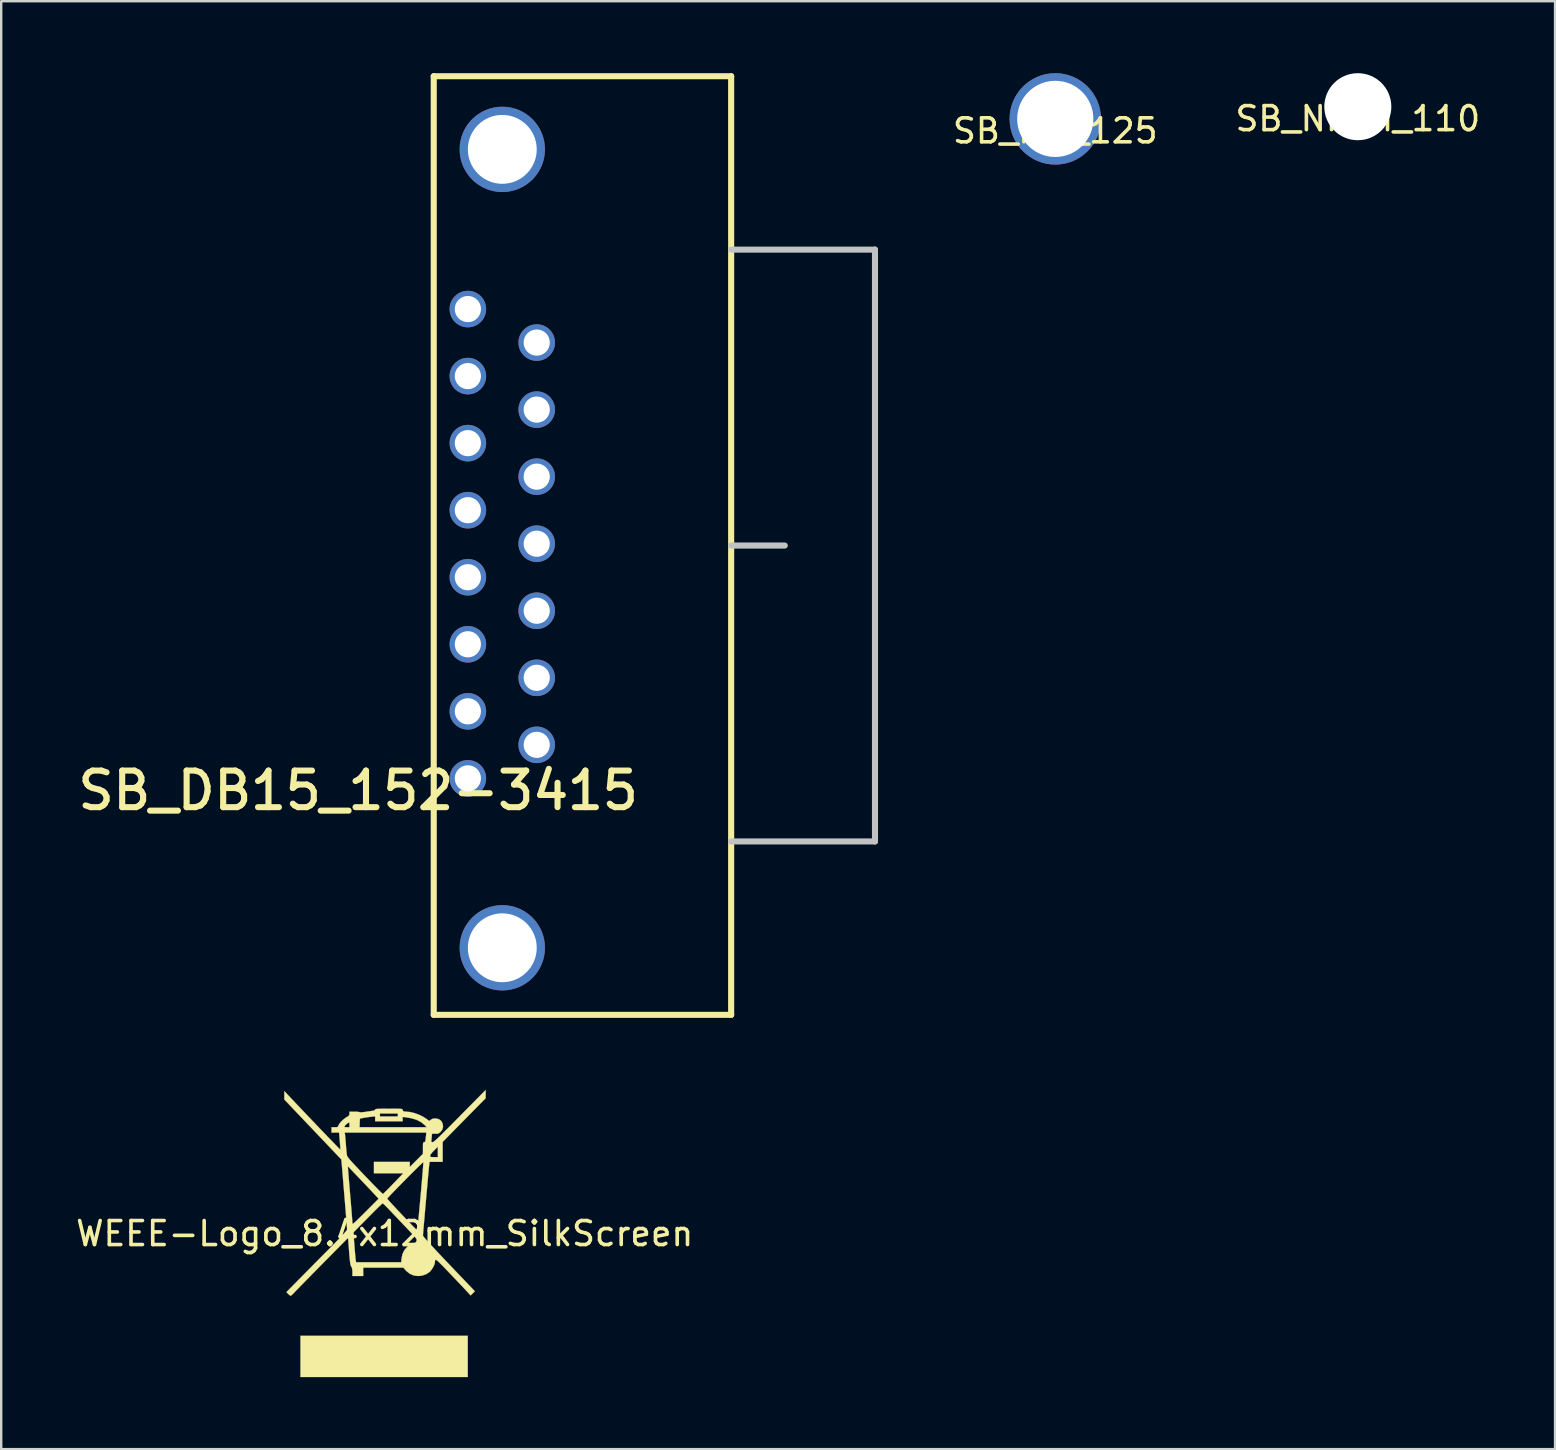
<source format=kicad_pcb>
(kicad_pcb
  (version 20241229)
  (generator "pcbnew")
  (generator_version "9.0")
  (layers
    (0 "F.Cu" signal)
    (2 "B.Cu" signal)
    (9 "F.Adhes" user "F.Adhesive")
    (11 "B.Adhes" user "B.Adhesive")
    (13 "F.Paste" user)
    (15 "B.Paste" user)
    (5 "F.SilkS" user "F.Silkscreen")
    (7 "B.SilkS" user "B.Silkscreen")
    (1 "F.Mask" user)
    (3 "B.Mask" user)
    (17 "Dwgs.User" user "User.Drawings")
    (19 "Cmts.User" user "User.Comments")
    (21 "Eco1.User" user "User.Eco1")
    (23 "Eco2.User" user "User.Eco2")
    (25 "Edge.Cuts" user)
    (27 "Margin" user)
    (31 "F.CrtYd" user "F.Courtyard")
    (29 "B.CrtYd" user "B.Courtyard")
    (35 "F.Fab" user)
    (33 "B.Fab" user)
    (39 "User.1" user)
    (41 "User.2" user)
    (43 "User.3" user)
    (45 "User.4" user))
  (footprint "SB_MH_125"
    (layer "F.Cu")
    (at 40.929 1.905)
    (property "Reference" "SB_MH_125" (at 0 0.5 0) (layer "F.SilkS") (effects (font (size 1 1) (thickness 0.15))))
    (attr through_hole)
    (pad "1" thru_hole circle (at 0 0) (size 3.81 3.81) (drill 3.175) (layers "*.Cu" "*.Mask")))
  (footprint "SB_NPTH_110"
    (layer "F.Cu")
    (at 53.537 1.397)
    (property "Reference" "SB_NPTH_110" (at 0 0.5 0) (layer "F.SilkS") (effects (font (size 1 1) (thickness 0.15))))
    (attr through_hole)
    (pad "" np_thru_hole circle (at 0 0) (size 2.794 2.794) (drill 2.794) (layers "*.Cu" "*.Mask")))
  (footprint "SB_DB15_152-3415"
    (layer "F.Cu")
    (at 16.448 29.388)
    (property "Reference" "SB_DB15_152-3415" (at -4.572 0.508 0) (layer "F.SilkS") (effects (font (size 1.524 1.524) (thickness 0.254))))
    (attr through_hole)
    (fp_line (start -1.422 -29.261) (end 10.973 -29.261) (stroke (width 0.254) (type solid)) (layer "F.SilkS"))
    (fp_line (start -1.422 9.855) (end -1.422 -29.261) (stroke (width 0.254) (type solid)) (layer "F.SilkS"))
    (fp_line (start -1.422 9.855) (end 10.973 9.855) (stroke (width 0.254) (type solid)) (layer "F.SilkS"))
    (fp_line (start 10.973 9.855) (end 10.973 -29.261) (stroke (width 0.254) (type solid)) (layer "F.SilkS"))
    (fp_line (start 10.973 -22.035) (end 16.967 -22.035) (stroke (width 0.254) (type solid)) (layer "Dwgs.User"))
    (fp_line (start 10.973 -9.703) (end 13.208 -9.703) (stroke (width 0.254) (type solid)) (layer "Dwgs.User"))
    (fp_line (start 10.973 2.629) (end 16.967 2.629) (stroke (width 0.254) (type solid)) (layer "Dwgs.User"))
    (fp_line (start 16.967 -22.035) (end 16.967 2.629) (stroke (width 0.254) (type solid)) (layer "Dwgs.User"))
    (pad "0" thru_hole circle (at 1.435 -26.213 270) (size 3.556 3.556) (drill 2.87) (layers "*.Cu" "*.Mask"))
    (pad "0" thru_hole circle (at 1.435 7.061 270) (size 3.556 3.556) (drill 2.87) (layers "*.Cu" "*.Mask"))
    (pad "1" thru_hole circle (at 0 -19.558 270) (size 1.524 1.524) (drill 1.092) (layers "*.Cu" "*.Mask"))
    (pad "2" thru_hole circle (at 0 -16.764 270) (size 1.524 1.524) (drill 1.092) (layers "*.Cu" "*.Mask"))
    (pad "3" thru_hole circle (at 0 -13.97 270) (size 1.524 1.524) (drill 1.092) (layers "*.Cu" "*.Mask"))
    (pad "4" thru_hole circle (at 0 -11.176 270) (size 1.524 1.524) (drill 1.092) (layers "*.Cu" "*.Mask"))
    (pad "5" thru_hole circle (at 0 -8.382 270) (size 1.524 1.524) (drill 1.092) (layers "*.Cu" "*.Mask"))
    (pad "6" thru_hole circle (at 0 -5.588 270) (size 1.524 1.524) (drill 1.092) (layers "*.Cu" "*.Mask"))
    (pad "7" thru_hole circle (at 0 -2.794 270) (size 1.524 1.524) (drill 1.092) (layers "*.Cu" "*.Mask"))
    (pad "8" thru_hole circle (at 0 0 270) (size 1.524 1.524) (drill 1.092) (layers "*.Cu" "*.Mask"))
    (pad "9" thru_hole circle (at 2.87 -18.161 270) (size 1.524 1.524) (drill 1.092) (layers "*.Cu" "*.Mask"))
    (pad "10" thru_hole circle (at 2.87 -15.367 270) (size 1.524 1.524) (drill 1.092) (layers "*.Cu" "*.Mask"))
    (pad "11" thru_hole circle (at 2.87 -12.573 270) (size 1.524 1.524) (drill 1.092) (layers "*.Cu" "*.Mask"))
    (pad "12" thru_hole circle (at 2.87 -9.779 270) (size 1.524 1.524) (drill 1.092) (layers "*.Cu" "*.Mask"))
    (pad "13" thru_hole circle (at 2.87 -6.985 270) (size 1.524 1.524) (drill 1.092) (layers "*.Cu" "*.Mask"))
    (pad "14" thru_hole circle (at 2.87 -4.191 270) (size 1.524 1.524) (drill 1.092) (layers "*.Cu" "*.Mask"))
    (pad "15" thru_hole circle (at 2.87 -1.397 270) (size 1.524 1.524) (drill 1.092) (layers "*.Cu" "*.Mask")))
  (footprint "WEEE-Logo_8.4x12mm_SilkScreen"
    (layer "F.Cu")
    (at 12.982 48.36)
    (property "Reference" "WEEE-Logo_8.4x12mm_SilkScreen" (at 0 0 0) (layer "F.SilkS") (effects (font (size 1 1) (thickness 0.15))))
    (attr exclude_from_pos_files exclude_from_bom)
    (fp_poly (pts (xy 3.461 5.976) (xy -3.511 5.976) (xy -3.511 4.258) (xy 3.461 4.258) (xy 3.461 5.976)) (stroke (width 0.01) (type solid)) (fill yes) (layer "F.SilkS"))
    (fp_poly (pts (xy 4.207 -5.813) (xy 4.206 -5.64) (xy 3.311 -4.731) (xy 2.417 -3.822) (xy 2.415 -2.988) (xy 1.871 -2.988) (xy 1.857 -2.882) (xy 1.851 -2.834) (xy 1.842 -2.743) (xy 1.83 -2.615) (xy 1.815 -2.456) (xy 1.798 -2.269) (xy 1.78 -2.062) (xy 1.76 -1.84) (xy 1.739 -1.607) (xy 1.718 -1.37) (xy 1.697 -1.133) (xy 1.677 -0.903) (xy 1.658 -0.684) (xy 1.64 -0.482) (xy 1.625 -0.303) (xy 1.612 -0.151) (xy 1.603 -0.033) (xy 1.597 0.047) (xy 1.594 0.082) (xy 1.594 0.082) (xy 1.61 0.111) (xy 1.656 0.17) (xy 1.733 0.26) (xy 1.842 0.381) (xy 1.983 0.535) (xy 2.157 0.722) (xy 2.365 0.943) (xy 2.608 1.199) (xy 2.676 1.27) (xy 3.757 2.403) (xy 3.67 2.49) (xy 3.582 2.577) (xy 3.441 2.424) (xy 3.389 2.368) (xy 3.308 2.282) (xy 3.204 2.171) (xy 3.081 2.041) (xy 2.945 1.898) (xy 2.801 1.747) (xy 2.715 1.657) (xy 2.554 1.488) (xy 2.423 1.352) (xy 2.32 1.248) (xy 2.242 1.172) (xy 2.184 1.123) (xy 2.144 1.097) (xy 2.118 1.093) (xy 2.104 1.108) (xy 2.097 1.139) (xy 2.094 1.184) (xy 2.094 1.197) (xy 2.075 1.281) (xy 2.029 1.384) (xy 1.965 1.488) (xy 1.892 1.577) (xy 1.863 1.605) (xy 1.713 1.701) (xy 1.537 1.755) (xy 1.383 1.768) (xy 1.207 1.744) (xy 1.045 1.673) (xy 0.901 1.558) (xy 0.875 1.529) (xy 0.778 1.419) (xy -0.896 1.419) (xy -0.896 1.768) (xy -1.345 1.768) (xy -1.345 1.605) (xy -1.35 1.494) (xy -1.369 1.417) (xy -1.392 1.375) (xy -1.409 1.345) (xy -1.423 1.301) (xy -1.435 1.238) (xy -1.447 1.148) (xy -1.46 1.025) (xy -1.474 0.863) (xy -1.483 0.742) (xy -1.527 0.177) (xy -2.601 1.265) (xy -2.796 1.462) (xy -2.982 1.651) (xy -3.157 1.83) (xy -3.318 1.993) (xy -3.461 2.139) (xy -3.582 2.263) (xy -3.678 2.362) (xy -3.747 2.433) (xy -3.783 2.472) (xy -3.843 2.533) (xy -3.894 2.576) (xy -3.921 2.59) (xy -3.955 2.573) (xy -4.005 2.531) (xy -4.022 2.514) (xy -4.094 2.439) (xy -3.697 2.035) (xy -3.596 1.932) (xy -3.465 1.8) (xy -3.31 1.644) (xy -3.138 1.469) (xy -2.954 1.283) (xy -2.763 1.091) (xy -2.572 0.897) (xy -2.434 0.759) (xy -2.225 0.548) (xy -2.05 0.369) (xy -1.906 0.22) (xy -1.79 0.099) (xy -1.702 0.003) (xy -1.658 -0.047) (xy -1.305 -0.047) (xy -1.26 0.518) (xy -1.247 0.684) (xy -1.234 0.835) (xy -1.222 0.965) (xy -1.213 1.064) (xy -1.205 1.126) (xy -1.203 1.139) (xy -1.19 1.195) (xy 0.69 1.195) (xy 0.703 1.039) (xy 0.741 0.854) (xy 0.82 0.691) (xy 0.936 0.555) (xy 1.083 0.452) (xy 1.248 0.39) (xy 1.302 0.361) (xy 1.329 0.299) (xy 1.329 0.296) (xy 1.332 0.27) (xy 1.328 0.243) (xy 1.313 0.21) (xy 1.283 0.167) (xy 1.234 0.108) (xy 1.163 0.029) (xy 1.065 -0.076) (xy 0.936 -0.211) (xy 0.928 -0.22) (xy 0.789 -0.365) (xy 0.642 -0.52) (xy 0.496 -0.674) (xy 0.362 -0.815) (xy 0.249 -0.935) (xy 0.224 -0.961) (xy 0.128 -1.062) (xy 0.042 -1.148) (xy -0.027 -1.214) (xy -0.072 -1.253) (xy -0.087 -1.261) (xy -0.11 -1.243) (xy -0.164 -1.194) (xy -0.244 -1.117) (xy -0.346 -1.017) (xy -0.466 -0.897) (xy -0.599 -0.763) (xy -0.709 -0.652) (xy -1.305 -0.047) (xy -1.658 -0.047) (xy -1.637 -0.07) (xy -1.595 -0.124) (xy -1.573 -0.159) (xy -1.568 -0.175) (xy -1.57 -0.211) (xy -1.576 -0.291) (xy -1.585 -0.412) (xy -1.597 -0.569) (xy -1.612 -0.757) (xy -1.629 -0.971) (xy -1.648 -1.207) (xy -1.669 -1.46) (xy -1.686 -1.662) (xy -1.781 -2.803) (xy -1.536 -2.803) (xy -1.535 -2.778) (xy -1.53 -2.709) (xy -1.522 -2.6) (xy -1.51 -2.456) (xy -1.496 -2.282) (xy -1.479 -2.083) (xy -1.461 -1.863) (xy -1.443 -1.655) (xy -1.423 -1.419) (xy -1.404 -1.196) (xy -1.387 -0.992) (xy -1.373 -0.811) (xy -1.361 -0.66) (xy -1.352 -0.543) (xy -1.346 -0.466) (xy -1.345 -0.436) (xy -1.343 -0.417) (xy -1.333 -0.41) (xy -1.314 -0.417) (xy -1.28 -0.441) (xy -1.228 -0.486) (xy -1.156 -0.554) (xy -1.058 -0.649) (xy -0.932 -0.774) (xy -0.799 -0.907) (xy -0.253 -1.453) (xy -0.257 -1.457) (xy 0.104 -1.457) (xy 0.121 -1.434) (xy 0.167 -1.381) (xy 0.238 -1.303) (xy 0.329 -1.203) (xy 0.436 -1.088) (xy 0.555 -0.961) (xy 0.68 -0.829) (xy 0.806 -0.695) (xy 0.93 -0.565) (xy 1.047 -0.443) (xy 1.152 -0.335) (xy 1.24 -0.245) (xy 1.307 -0.178) (xy 1.348 -0.139) (xy 1.36 -0.131) (xy 1.363 -0.157) (xy 1.371 -0.227) (xy 1.382 -0.339) (xy 1.397 -0.487) (xy 1.414 -0.667) (xy 1.433 -0.874) (xy 1.454 -1.104) (xy 1.477 -1.353) (xy 1.495 -1.553) (xy 1.519 -1.813) (xy 1.54 -2.059) (xy 1.559 -2.284) (xy 1.576 -2.486) (xy 1.59 -2.659) (xy 1.601 -2.799) (xy 1.608 -2.902) (xy 1.612 -2.963) (xy 1.611 -2.979) (xy 1.592 -2.965) (xy 1.542 -2.919) (xy 1.466 -2.847) (xy 1.368 -2.752) (xy 1.254 -2.639) (xy 1.126 -2.512) (xy 0.99 -2.376) (xy 0.85 -2.234) (xy 0.711 -2.093) (xy 0.575 -1.955) (xy 0.449 -1.825) (xy 0.336 -1.709) (xy 0.241 -1.609) (xy 0.167 -1.531) (xy 0.121 -1.479) (xy 0.104 -1.457) (xy -0.257 -1.457) (xy -0.456 -1.671) (xy -0.56 -1.782) (xy -0.676 -1.905) (xy -0.801 -2.037) (xy -0.929 -2.172) (xy -1.056 -2.305) (xy -1.177 -2.432) (xy -1.288 -2.548) (xy -1.383 -2.648) (xy -1.46 -2.727) (xy -1.512 -2.78) (xy -1.536 -2.802) (xy -1.536 -2.803) (xy -1.781 -2.803) (xy -1.805 -3.088) (xy -4.184 -5.589) (xy -4.182 -5.939) (xy -3.99 -5.734) (xy -3.882 -5.619) (xy -3.755 -5.485) (xy -3.612 -5.334) (xy -3.457 -5.17) (xy -3.292 -4.997) (xy -3.122 -4.818) (xy -2.949 -4.638) (xy -2.778 -4.458) (xy -2.611 -4.284) (xy -2.452 -4.118) (xy -2.304 -3.964) (xy -2.171 -3.827) (xy -2.057 -3.708) (xy -1.964 -3.613) (xy -1.896 -3.544) (xy -1.857 -3.505) (xy -1.848 -3.497) (xy -1.848 -3.523) (xy -1.851 -3.59) (xy -1.858 -3.688) (xy -1.867 -3.808) (xy -1.871 -3.856) (xy -1.9 -4.208) (xy -1.669 -4.208) (xy -1.657 -4.152) (xy -1.651 -4.108) (xy -1.643 -4.025) (xy -1.633 -3.913) (xy -1.622 -3.783) (xy -1.619 -3.735) (xy -1.608 -3.598) (xy -1.597 -3.47) (xy -1.587 -3.364) (xy -1.579 -3.292) (xy -1.578 -3.279) (xy -1.571 -3.252) (xy -1.557 -3.22) (xy -1.532 -3.181) (xy -1.493 -3.13) (xy -1.437 -3.063) (xy -1.362 -2.978) (xy -1.263 -2.871) (xy -1.138 -2.739) (xy -0.985 -2.577) (xy -0.828 -2.412) (xy -0.672 -2.25) (xy -0.527 -2.099) (xy -0.396 -1.964) (xy -0.282 -1.848) (xy -0.189 -1.756) (xy -0.121 -1.69) (xy -0.082 -1.654) (xy -0.074 -1.649) (xy -0.051 -1.668) (xy 0.000058 -1.718) (xy 0.076 -1.794) (xy 0.172 -1.891) (xy 0.282 -2.003) (xy 0.361 -2.086) (xy 0.777 -2.515) (xy -0.448 -2.515) (xy -0.448 -2.988) (xy 1.046 -2.988) (xy 1.046 -2.777) (xy 1.32 -3.05) (xy 1.514 -3.244) (xy 1.893 -3.244) (xy 1.896 -3.214) (xy 1.914 -3.197) (xy 1.959 -3.189) (xy 2.04 -3.187) (xy 2.054 -3.187) (xy 2.216 -3.187) (xy 2.216 -3.622) (xy 2.054 -3.461) (xy 1.963 -3.364) (xy 1.908 -3.289) (xy 1.893 -3.244) (xy 1.514 -3.244) (xy 1.594 -3.324) (xy 1.594 -3.567) (xy 1.594 -3.679) (xy 1.598 -3.75) (xy 1.606 -3.789) (xy 1.62 -3.806) (xy 1.642 -3.81) (xy 1.666 -3.815) (xy 1.684 -3.836) (xy 1.698 -3.881) (xy 1.709 -3.957) (xy 1.721 -4.073) (xy 1.725 -4.115) (xy 1.733 -4.208) (xy -1.669 -4.208) (xy -1.9 -4.208) (xy -2.216 -4.208) (xy -2.216 -4.433) (xy -2.082 -4.433) (xy -2.003 -4.435) (xy -1.961 -4.445) (xy -1.956 -4.451) (xy -1.681 -4.451) (xy -1.666 -4.437) (xy -1.616 -4.433) (xy -1.582 -4.433) (xy -1.469 -4.433) (xy -1.048 -4.433) (xy 1.753 -4.433) (xy 1.658 -4.53) (xy 1.511 -4.649) (xy 1.329 -4.742) (xy 1.109 -4.808) (xy 0.89 -4.845) (xy 0.747 -4.862) (xy 0.747 -4.682) (xy -0.398 -4.682) (xy -0.398 -4.886) (xy -0.567 -4.869) (xy -0.684 -4.854) (xy -0.809 -4.835) (xy -0.884 -4.822) (xy -1.033 -4.792) (xy -1.041 -4.612) (xy -1.048 -4.433) (xy -1.469 -4.433) (xy -1.469 -4.532) (xy -1.473 -4.595) (xy -1.481 -4.629) (xy -1.484 -4.632) (xy -1.521 -4.616) (xy -1.575 -4.577) (xy -1.629 -4.529) (xy -1.666 -4.486) (xy -1.669 -4.481) (xy -1.681 -4.451) (xy -1.956 -4.451) (xy -1.94 -4.47) (xy -1.932 -4.496) (xy -1.898 -4.566) (xy -1.832 -4.649) (xy -1.746 -4.734) (xy -1.652 -4.811) (xy -1.59 -4.85) (xy -1.519 -4.894) (xy -1.483 -4.93) (xy -1.47 -4.973) (xy -1.469 -4.999) (xy -1.469 -5.005) (xy -0.199 -5.005) (xy -0.199 -4.881) (xy 0.548 -4.881) (xy 0.548 -5.005) (xy -0.199 -5.005) (xy -1.469 -5.005) (xy -1.469 -5.08) (xy -1.26 -5.08) (xy -1.163 -5.078) (xy -1.088 -5.071) (xy -1.046 -5.063) (xy -1.042 -5.059) (xy -1.015 -5.053) (xy -0.951 -5.056) (xy -0.859 -5.065) (xy -0.797 -5.074) (xy -0.684 -5.091) (xy -0.58 -5.106) (xy -0.502 -5.118) (xy -0.479 -5.121) (xy -0.42 -5.139) (xy -0.398 -5.168) (xy -0.392 -5.18) (xy -0.369 -5.189) (xy -0.323 -5.196) (xy -0.25 -5.2) (xy -0.143 -5.203) (xy 0.003 -5.204) (xy 0.174 -5.205) (xy 0.358 -5.204) (xy 0.497 -5.203) (xy 0.598 -5.201) (xy 0.668 -5.198) (xy 0.712 -5.192) (xy 0.735 -5.183) (xy 0.745 -5.171) (xy 0.747 -5.157) (xy 0.762 -5.114) (xy 0.812 -5.089) (xy 0.903 -5.08) (xy 0.919 -5.08) (xy 1.073 -5.064) (xy 1.248 -5.02) (xy 1.428 -4.955) (xy 1.597 -4.873) (xy 1.74 -4.781) (xy 1.759 -4.767) (xy 1.819 -4.719) (xy 1.855 -4.7) (xy 1.88 -4.706) (xy 1.905 -4.732) (xy 1.981 -4.781) (xy 2.079 -4.8) (xy 2.185 -4.79) (xy 2.284 -4.753) (xy 2.359 -4.69) (xy 2.365 -4.683) (xy 2.421 -4.566) (xy 2.432 -4.444) (xy 2.397 -4.328) (xy 2.319 -4.228) (xy 2.31 -4.22) (xy 2.255 -4.18) (xy 2.198 -4.163) (xy 2.12 -4.162) (xy 2.1 -4.163) (xy 2.023 -4.166) (xy 1.983 -4.159) (xy 1.968 -4.14) (xy 1.967 -4.121) (xy 1.964 -4.068) (xy 1.956 -3.988) (xy 1.951 -3.941) (xy 1.943 -3.865) (xy 1.947 -3.826) (xy 1.965 -3.812) (xy 1.999 -3.81) (xy 2.019 -3.816) (xy 2.051 -3.837) (xy 2.098 -3.875) (xy 2.161 -3.931) (xy 2.244 -4.008) (xy 2.349 -4.109) (xy 2.477 -4.236) (xy 2.633 -4.39) (xy 2.817 -4.575) (xy 3.032 -4.793) (xy 3.135 -4.898) (xy 4.208 -5.985) (xy 4.207 -5.813)) (stroke (width 0.01) (type solid)) (fill yes) (layer "F.SilkS")))
  (gr_rect
    (start -3 -3)
    (end 61.757 57.342)
    (stroke (width 0.1) (type default))
    (fill no)
    (layer "Edge.Cuts")))
</source>
